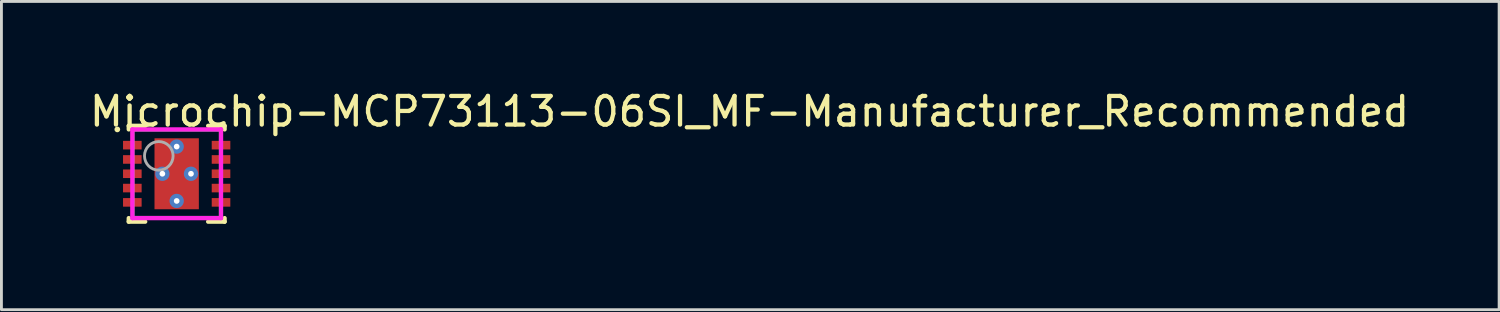
<source format=kicad_pcb>
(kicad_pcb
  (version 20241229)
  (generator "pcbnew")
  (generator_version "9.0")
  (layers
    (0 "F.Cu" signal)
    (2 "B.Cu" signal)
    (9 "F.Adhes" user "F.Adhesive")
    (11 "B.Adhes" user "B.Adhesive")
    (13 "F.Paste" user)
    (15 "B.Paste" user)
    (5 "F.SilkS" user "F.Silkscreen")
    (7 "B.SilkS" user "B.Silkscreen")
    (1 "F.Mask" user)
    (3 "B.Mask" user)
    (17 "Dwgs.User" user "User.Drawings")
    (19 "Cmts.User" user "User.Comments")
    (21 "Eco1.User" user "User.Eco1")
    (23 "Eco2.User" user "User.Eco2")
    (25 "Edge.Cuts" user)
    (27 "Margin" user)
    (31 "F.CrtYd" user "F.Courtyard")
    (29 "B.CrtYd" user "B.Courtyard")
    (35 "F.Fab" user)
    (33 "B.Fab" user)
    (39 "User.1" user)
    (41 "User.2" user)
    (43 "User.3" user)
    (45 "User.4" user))
  (footprint "Microchip-MCP73113-06SI_MF-Manufacturer_Recommended"
    (layer "F.Cu")
    (at 3.125 3.023)
    (property "Reference" "Microchip-MCP73113-06SI_MF-Manufacturer_Recommended" (at -3.125 -2.175 0) (layer "F.SilkS") (effects (font (size 1 1) (thickness 0.15)) (justify left)))
    (attr through_hole)
    (fp_line (start -1.675 -1.675) (end -1.1 -1.675) (stroke (width 0.15) (type solid)) (layer "F.SilkS"))
    (fp_line (start -1.675 -1.55) (end -1.675 -1.675) (stroke (width 0.15) (type solid)) (layer "F.SilkS"))
    (fp_line (start -1.675 1.675) (end -1.675 1.55) (stroke (width 0.15) (type solid)) (layer "F.SilkS"))
    (fp_line (start -1.675 1.675) (end -1.1 1.675) (stroke (width 0.15) (type solid)) (layer "F.SilkS"))
    (fp_line (start 1.1 -1.675) (end 1.675 -1.675) (stroke (width 0.15) (type solid)) (layer "F.SilkS"))
    (fp_line (start 1.1 1.675) (end 1.675 1.675) (stroke (width 0.15) (type solid)) (layer "F.SilkS"))
    (fp_line (start 1.675 -1.55) (end 1.675 -1.675) (stroke (width 0.15) (type solid)) (layer "F.SilkS"))
    (fp_line (start 1.675 1.675) (end 1.675 1.55) (stroke (width 0.15) (type solid)) (layer "F.SilkS"))
    (fp_circle (center -2.075 -1.55) (end -2.025 -1.55) (stroke (width 0.1) (type solid)) (fill no) (layer "F.SilkS"))
    (fp_line (start -1.55 -1.55) (end -1.55 1.55) (stroke (width 0.15) (type solid)) (layer "F.CrtYd"))
    (fp_line (start -1.55 1.55) (end 1.55 1.55) (stroke (width 0.15) (type solid)) (layer "F.CrtYd"))
    (fp_line (start 1.55 -1.55) (end -1.55 -1.55) (stroke (width 0.15) (type solid)) (layer "F.CrtYd"))
    (fp_line (start 1.55 -1.55) (end 1.55 -1.55) (stroke (width 0.15) (type solid)) (layer "F.CrtYd"))
    (fp_line (start 1.55 1.55) (end 1.55 -1.55) (stroke (width 0.15) (type solid)) (layer "F.CrtYd"))
    (fp_line (start -1.525 -1.525) (end 1.525 -1.525) (stroke (width 0.1) (type solid)) (layer "F.Fab"))
    (fp_line (start -1.525 1.525) (end -1.525 -1.525) (stroke (width 0.1) (type solid)) (layer "F.Fab"))
    (fp_line (start -1.525 1.525) (end 1.525 1.525) (stroke (width 0.1) (type solid)) (layer "F.Fab"))
    (fp_line (start 1.525 1.525) (end 1.525 -1.525) (stroke (width 0.1) (type solid)) (layer "F.Fab"))
    (fp_circle (center -0.625 -0.625) (end -0.125 -0.625) (stroke (width 0.1) (type solid)) (fill no) (layer "F.Fab"))
    (pad "1" smd rect (at -1.55 -1 270) (size 0.3 0.65) (layers "F.Cu" "F.Mask" "F.Paste"))
    (pad "2" smd rect (at -1.55 -0.5 270) (size 0.3 0.65) (layers "F.Cu" "F.Mask" "F.Paste"))
    (pad "3" smd rect (at -1.55 -0.000001 270) (size 0.3 0.65) (layers "F.Cu" "F.Mask" "F.Paste"))
    (pad "4" smd rect (at -1.55 0.5 270) (size 0.3 0.65) (layers "F.Cu" "F.Mask" "F.Paste"))
    (pad "5" smd rect (at -1.55 1 270) (size 0.3 0.65) (layers "F.Cu" "F.Mask" "F.Paste"))
    (pad "6" smd rect (at 1.55 1 270) (size 0.3 0.65) (layers "F.Cu" "F.Mask" "F.Paste"))
    (pad "7" smd rect (at 1.55 0.5 270) (size 0.3 0.65) (layers "F.Cu" "F.Mask" "F.Paste"))
    (pad "8" smd rect (at 1.55 -0.000001 270) (size 0.3 0.65) (layers "F.Cu" "F.Mask" "F.Paste"))
    (pad "9" smd rect (at 1.55 -0.5 270) (size 0.3 0.65) (layers "F.Cu" "F.Mask" "F.Paste"))
    (pad "10" smd rect (at 1.55 -1 270) (size 0.3 0.65) (layers "F.Cu" "F.Mask" "F.Paste"))
    (pad "11" smd rect (at 0.000001 0) (size 1.55 2.48) (layers "F.Cu" "F.Mask" "F.Paste"))
    (pad "~" thru_hole circle (at -0.5 0) (size 0.5 0.5) (drill 0.2) (layers "*.Cu"))
    (pad "~" thru_hole circle (at 0 -0.95) (size 0.5 0.5) (drill 0.2) (layers "*.Cu"))
    (pad "~" thru_hole circle (at 0 0.95) (size 0.5 0.5) (drill 0.2) (layers "*.Cu"))
    (pad "~" thru_hole circle (at 0.5 0) (size 0.5 0.5) (drill 0.2) (layers "*.Cu")))
  (gr_rect
    (start -3 -3)
    (end 49.345 7.773)
    (stroke (width 0.1) (type default))
    (fill no)
    (layer "Edge.Cuts")))
</source>
